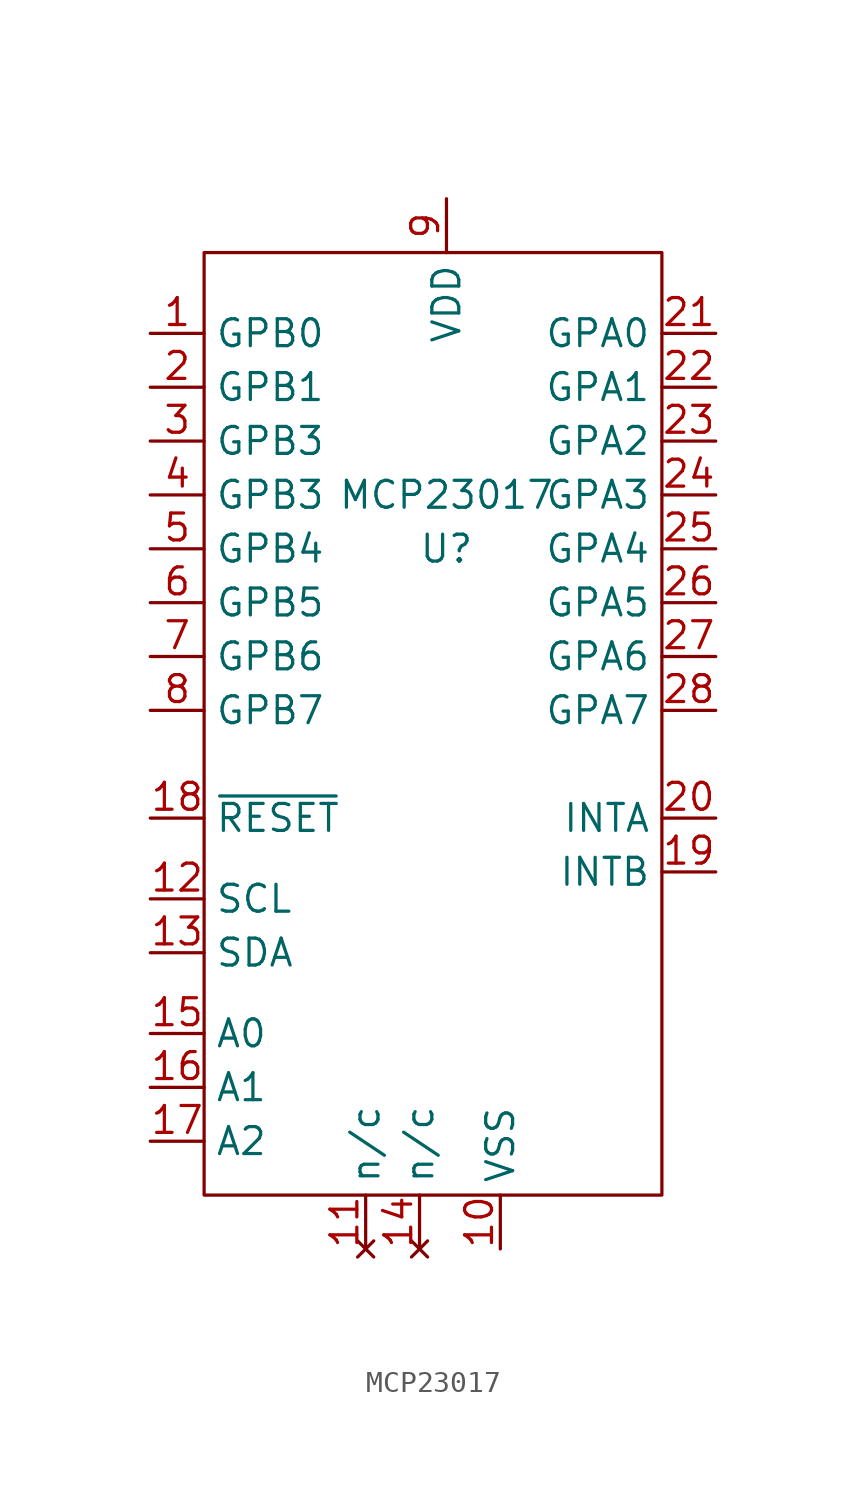
<source format=kicad_sym>
(kicad_symbol_lib
  (version 20210619)
  (generator kicad_symbol_editor)
  (symbol "MCP23017 SOIC:MCP23017"
    (property "Reference" "U"
      (at 0 6.35 0)
      (effects (font (size 1.27 1.27))))
    (property "Value" "MCP23017"
      (at 0 8.89 0)
      (effects (font (size 1.27 1.27))))
    (symbol "MCP23017_0_1"
      (rectangle (start -11.43 20.32) (end 10.16 -24.13) (stroke (width 0.152)) (fill (type none))))
    (symbol "MCP23017_1_1"
      (pin bidirectional line (at -13.97 16.51 0) (length 2.54) (name "GPB0" (effects (font (size 1.27 1.27)))) (number "1" (effects (font (size 1.27 1.27)))))
      (pin power_in line (at 2.54 -26.67 90) (length 2.54) (name "VSS" (effects (font (size 1.27 1.27)))) (number "10" (effects (font (size 1.27 1.27)))))
      (pin no_connect line (at -3.81 -26.67 90) (length 2.54) (name "n/c" (effects (font (size 1.27 1.27)))) (number "11" (effects (font (size 1.27 1.27)))))
      (pin bidirectional line (at -13.97 -10.16 0) (length 2.54) (name "SCL" (effects (font (size 1.27 1.27)))) (number "12" (effects (font (size 1.27 1.27)))))
      (pin bidirectional line (at -13.97 -12.7 0) (length 2.54) (name "SDA" (effects (font (size 1.27 1.27)))) (number "13" (effects (font (size 1.27 1.27)))))
      (pin no_connect line (at -1.27 -26.67 90) (length 2.54) (name "n/c" (effects (font (size 1.27 1.27)))) (number "14" (effects (font (size 1.27 1.27)))))
      (pin input line (at -13.97 -16.51 0) (length 2.54) (name "A0" (effects (font (size 1.27 1.27)))) (number "15" (effects (font (size 1.27 1.27)))))
      (pin input line (at -13.97 -19.05 0) (length 2.54) (name "A1" (effects (font (size 1.27 1.27)))) (number "16" (effects (font (size 1.27 1.27)))))
      (pin input line (at -13.97 -21.59 0) (length 2.54) (name "A2" (effects (font (size 1.27 1.27)))) (number "17" (effects (font (size 1.27 1.27)))))
      (pin input line (at -13.97 -6.35 0) (length 2.54) (name "~{RESET}" (effects (font (size 1.27 1.27)))) (number "18" (effects (font (size 1.27 1.27)))))
      (pin output line (at 12.7 -8.89 180) (length 2.54) (name "INTB" (effects (font (size 1.27 1.27)))) (number "19" (effects (font (size 1.27 1.27)))))
      (pin bidirectional line (at -13.97 13.97 0) (length 2.54) (name "GPB1" (effects (font (size 1.27 1.27)))) (number "2" (effects (font (size 1.27 1.27)))))
      (pin output line (at 12.7 -6.35 180) (length 2.54) (name "INTA" (effects (font (size 1.27 1.27)))) (number "20" (effects (font (size 1.27 1.27)))))
      (pin bidirectional line (at 12.7 16.51 180) (length 2.54) (name "GPA0" (effects (font (size 1.27 1.27)))) (number "21" (effects (font (size 1.27 1.27)))))
      (pin bidirectional line (at 12.7 13.97 180) (length 2.54) (name "GPA1" (effects (font (size 1.27 1.27)))) (number "22" (effects (font (size 1.27 1.27)))))
      (pin bidirectional line (at 12.7 11.43 180) (length 2.54) (name "GPA2" (effects (font (size 1.27 1.27)))) (number "23" (effects (font (size 1.27 1.27)))))
      (pin bidirectional line (at 12.7 8.89 180) (length 2.54) (name "GPA3" (effects (font (size 1.27 1.27)))) (number "24" (effects (font (size 1.27 1.27)))))
      (pin bidirectional line (at 12.7 6.35 180) (length 2.54) (name "GPA4" (effects (font (size 1.27 1.27)))) (number "25" (effects (font (size 1.27 1.27)))))
      (pin bidirectional line (at 12.7 3.81 180) (length 2.54) (name "GPA5" (effects (font (size 1.27 1.27)))) (number "26" (effects (font (size 1.27 1.27)))))
      (pin bidirectional line (at 12.7 1.27 180) (length 2.54) (name "GPA6" (effects (font (size 1.27 1.27)))) (number "27" (effects (font (size 1.27 1.27)))))
      (pin bidirectional line (at 12.7 -1.27 180) (length 2.54) (name "GPA7" (effects (font (size 1.27 1.27)))) (number "28" (effects (font (size 1.27 1.27)))))
      (pin bidirectional line (at -13.97 11.43 0) (length 2.54) (name "GPB3" (effects (font (size 1.27 1.27)))) (number "3" (effects (font (size 1.27 1.27)))))
      (pin bidirectional line (at -13.97 8.89 0) (length 2.54) (name "GPB3" (effects (font (size 1.27 1.27)))) (number "4" (effects (font (size 1.27 1.27)))))
      (pin bidirectional line (at -13.97 6.35 0) (length 2.54) (name "GPB4" (effects (font (size 1.27 1.27)))) (number "5" (effects (font (size 1.27 1.27)))))
      (pin bidirectional line (at -13.97 3.81 0) (length 2.54) (name "GPB5" (effects (font (size 1.27 1.27)))) (number "6" (effects (font (size 1.27 1.27)))))
      (pin bidirectional line (at -13.97 1.27 0) (length 2.54) (name "GPB6" (effects (font (size 1.27 1.27)))) (number "7" (effects (font (size 1.27 1.27)))))
      (pin bidirectional line (at -13.97 -1.27 0) (length 2.54) (name "GPB7" (effects (font (size 1.27 1.27)))) (number "8" (effects (font (size 1.27 1.27)))))
      (pin power_in line (at 0 22.86 270) (length 2.54) (name "VDD" (effects (font (size 1.27 1.27)))) (number "9" (effects (font (size 1.27 1.27))))))))
</source>
